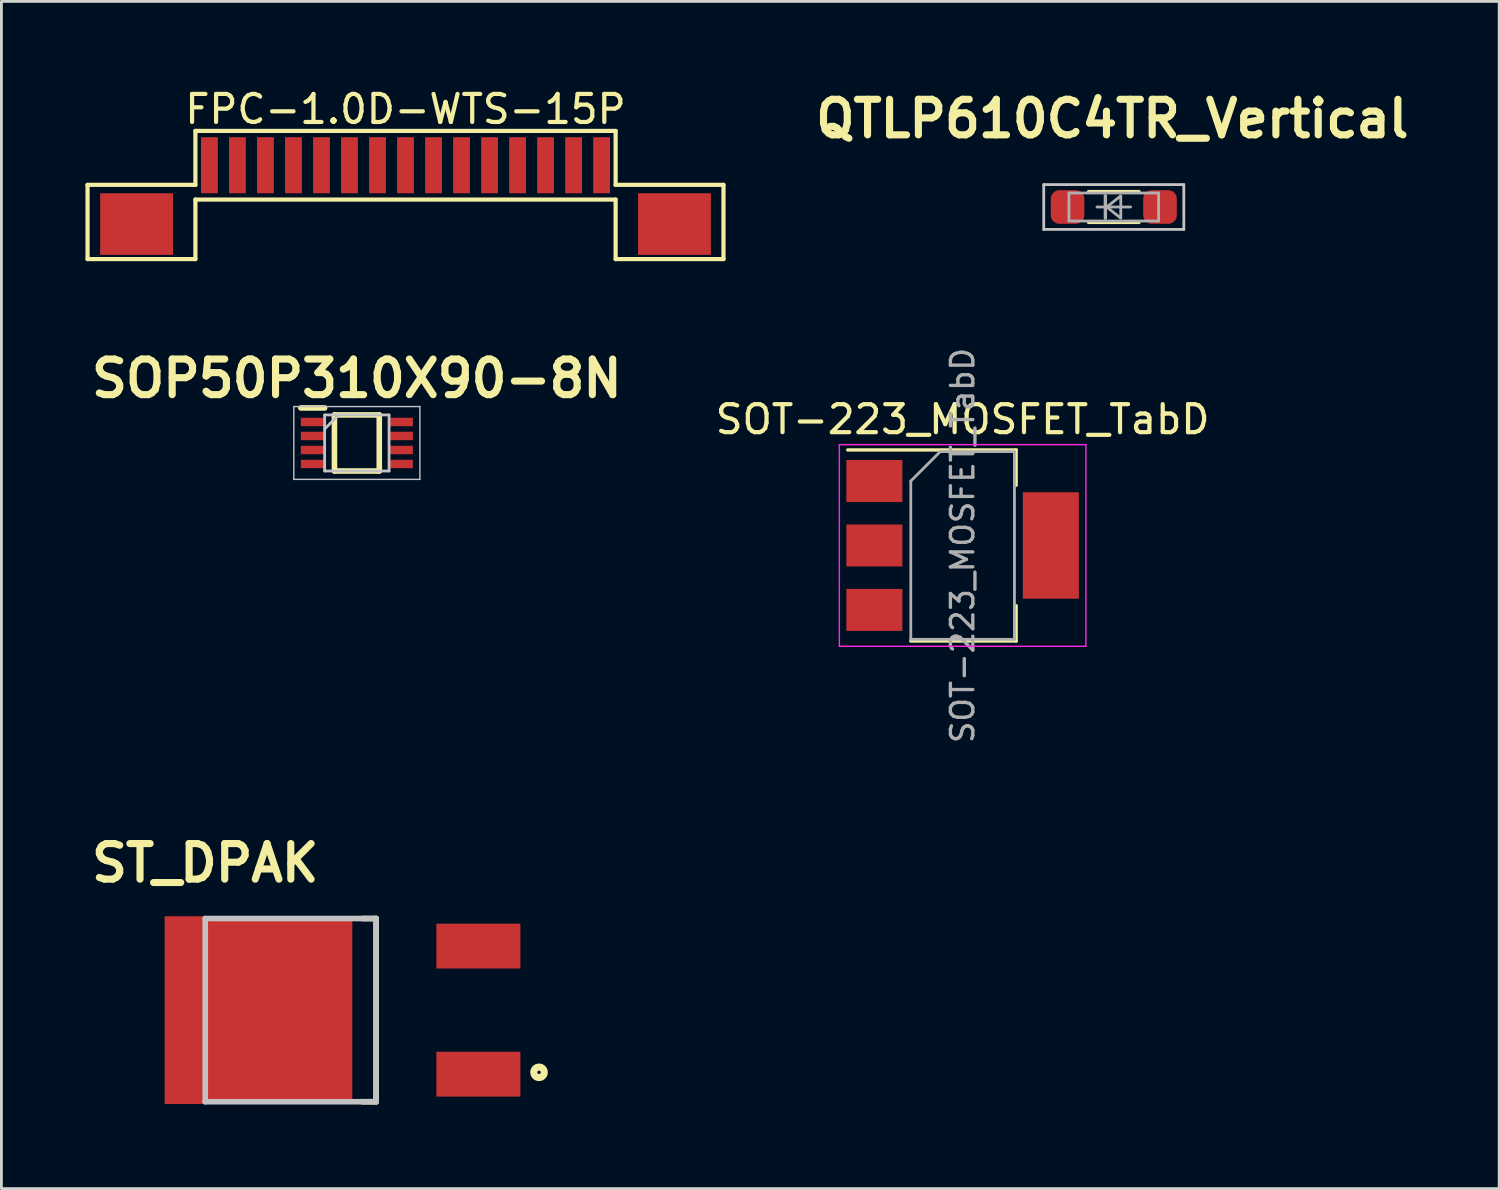
<source format=kicad_pcb>
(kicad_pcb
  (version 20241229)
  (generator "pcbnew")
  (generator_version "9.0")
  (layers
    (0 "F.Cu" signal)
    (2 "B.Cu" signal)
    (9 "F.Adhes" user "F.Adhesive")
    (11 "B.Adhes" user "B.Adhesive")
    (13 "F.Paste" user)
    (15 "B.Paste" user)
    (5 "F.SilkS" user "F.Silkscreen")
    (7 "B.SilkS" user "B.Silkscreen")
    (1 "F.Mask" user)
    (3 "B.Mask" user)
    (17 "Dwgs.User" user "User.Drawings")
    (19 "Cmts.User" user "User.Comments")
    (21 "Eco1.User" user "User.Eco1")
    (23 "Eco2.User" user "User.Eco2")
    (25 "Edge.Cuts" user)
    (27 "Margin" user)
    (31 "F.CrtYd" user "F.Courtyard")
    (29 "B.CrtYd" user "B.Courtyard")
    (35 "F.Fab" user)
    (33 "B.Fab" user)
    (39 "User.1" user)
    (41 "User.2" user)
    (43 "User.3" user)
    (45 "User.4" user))
  (footprint "FPC-1.0D-WTS-15P"
    (layer "F.Cu")
    (at 11.425 2.848)
    (property "Reference" "FPC-1.0D-WTS-15P" (at 0 -2 0) (layer "F.SilkS") (effects (font (size 1 1) (thickness 0.15))))
    (attr smd)
    (fp_line (start -11.35 0.7) (end -7.5 0.7) (stroke (width 0.15) (type solid)) (layer "F.SilkS"))
    (fp_line (start -11.35 3.35) (end -11.35 0.7) (stroke (width 0.15) (type solid)) (layer "F.SilkS"))
    (fp_line (start -7.5 -1.225) (end 7.5 -1.225) (stroke (width 0.15) (type solid)) (layer "F.SilkS"))
    (fp_line (start -7.5 0.7) (end -7.5 -1.225) (stroke (width 0.15) (type solid)) (layer "F.SilkS"))
    (fp_line (start -7.5 1.225) (end -7.5 3.35) (stroke (width 0.15) (type solid)) (layer "F.SilkS"))
    (fp_line (start -7.5 1.225) (end 7.5 1.225) (stroke (width 0.15) (type solid)) (layer "F.SilkS"))
    (fp_line (start -7.5 3.35) (end -11.35 3.35) (stroke (width 0.15) (type solid)) (layer "F.SilkS"))
    (fp_line (start 7.5 0.7) (end 7.5 -1.225) (stroke (width 0.15) (type solid)) (layer "F.SilkS"))
    (fp_line (start 7.5 1.225) (end 7.5 3.35) (stroke (width 0.15) (type solid)) (layer "F.SilkS"))
    (fp_line (start 7.5 3.35) (end 11.35 3.35) (stroke (width 0.15) (type solid)) (layer "F.SilkS"))
    (fp_line (start 11.35 0.7) (end 7.5 0.7) (stroke (width 0.15) (type solid)) (layer "F.SilkS"))
    (fp_line (start 11.35 3.35) (end 11.35 0.7) (stroke (width 0.15) (type solid)) (layer "F.SilkS"))
    (pad "1" smd rect (at 7 0) (size 0.6 2) (layers "F.Cu" "F.Mask" "F.Paste"))
    (pad "2" smd rect (at 6 0) (size 0.6 2) (layers "F.Cu" "F.Mask" "F.Paste"))
    (pad "3" smd rect (at 5 0) (size 0.6 2) (layers "F.Cu" "F.Mask" "F.Paste"))
    (pad "4" smd rect (at 4 0) (size 0.6 2) (layers "F.Cu" "F.Mask" "F.Paste"))
    (pad "5" smd rect (at 3 0) (size 0.6 2) (layers "F.Cu" "F.Mask" "F.Paste"))
    (pad "6" smd rect (at 2 0) (size 0.6 2) (layers "F.Cu" "F.Mask" "F.Paste"))
    (pad "7" smd rect (at 1 0) (size 0.6 2) (layers "F.Cu" "F.Mask" "F.Paste"))
    (pad "8" smd rect (at 0 0) (size 0.6 2) (layers "F.Cu" "F.Mask" "F.Paste"))
    (pad "9" smd rect (at -1 0) (size 0.6 2) (layers "F.Cu" "F.Mask" "F.Paste"))
    (pad "10" smd rect (at -2 0) (size 0.6 2) (layers "F.Cu" "F.Mask" "F.Paste"))
    (pad "11" smd rect (at -3 0) (size 0.6 2) (layers "F.Cu" "F.Mask" "F.Paste"))
    (pad "12" smd rect (at -4 0) (size 0.6 2) (layers "F.Cu" "F.Mask" "F.Paste"))
    (pad "13" smd rect (at -5 0) (size 0.6 2) (layers "F.Cu" "F.Mask" "F.Paste"))
    (pad "14" smd rect (at -6 0) (size 0.6 2) (layers "F.Cu" "F.Mask" "F.Paste"))
    (pad "15" smd rect (at -7 0) (size 0.6 2) (layers "F.Cu" "F.Mask" "F.Paste"))
    (pad "SH" smd rect (at -9.6 2.1) (size 2.6 2.2) (layers "F.Cu" "F.Mask" "F.Paste"))
    (pad "SH" smd rect (at 9.6 2.1) (size 2.6 2.2) (layers "F.Cu" "F.Mask" "F.Paste")))
  (footprint "QTLP610C4TR_Vertical"
    (layer "F.Cu")
    (at 36.707 4.339)
    (property "Reference" "QTLP610C4TR_Vertical" (at -0.05 -3.15 0) (layer "F.SilkS") (effects (font (size 1.27 1.27) (thickness 0.254))))
    (attr smd)
    (fp_line (start -0.9 -0.55) (end 0.9 -0.55) (stroke (width 0.12) (type solid)) (layer "F.SilkS"))
    (fp_line (start -0.9 0.55) (end 0.9 0.55) (stroke (width 0.12) (type solid)) (layer "F.SilkS"))
    (fp_line (start -2.5 -0.8) (end 2.5 -0.8) (stroke (width 0.1) (type solid)) (layer "Dwgs.User"))
    (fp_line (start -2.5 0.8) (end -2.5 -0.8) (stroke (width 0.1) (type solid)) (layer "Dwgs.User"))
    (fp_line (start 2.5 -0.8) (end 2.5 0.8) (stroke (width 0.1) (type solid)) (layer "Dwgs.User"))
    (fp_line (start 2.5 0.8) (end -2.5 0.8) (stroke (width 0.1) (type solid)) (layer "Dwgs.User"))
    (fp_line (start -1.6 -0.5) (end 1.6 -0.5) (stroke (width 0.1) (type solid)) (layer "F.Fab"))
    (fp_line (start -1.6 0.5) (end -1.6 -0.5) (stroke (width 0.1) (type solid)) (layer "F.Fab"))
    (fp_line (start -0.6 0) (end 0.6 0) (stroke (width 0.1) (type solid)) (layer "F.Fab"))
    (fp_line (start -0.3 -0.4) (end -0.3 0.4) (stroke (width 0.12) (type solid)) (layer "F.Fab"))
    (fp_line (start 1.6 -0.5) (end 1.6 0.5) (stroke (width 0.1) (type solid)) (layer "F.Fab"))
    (fp_line (start 1.6 0.5) (end -1.6 0.5) (stroke (width 0.1) (type solid)) (layer "F.Fab"))
    (fp_poly (pts (xy -0.25 0) (xy 0.25 -0.4) (xy 0.25 0.4)) (stroke (width 0.1) (type solid)) (fill no) (layer "F.Fab"))
    (pad "1" smd roundrect (at -1.65 0 90) (size 1.2 1.2) (layers "F.Cu" "F.Mask" "F.Paste") (roundrect_rratio 0.25))
    (pad "2" smd roundrect (at 1.65 0 90) (size 1.2 1.2) (layers "F.Cu" "F.Mask" "F.Paste") (roundrect_rratio 0.25)))
  (footprint "SOT-223_MOSFET_TabD"
    (layer "F.Cu")
    (at 31.311 16.421)
    (property "Reference" "SOT-223_MOSFET_TabD" (at 0 -4.5 0) (layer "F.SilkS") (effects (font (size 1 1) (thickness 0.15))))
    (attr smd)
    (fp_line (start -4.1 -3.41) (end 1.91 -3.41) (stroke (width 0.12) (type solid)) (layer "F.SilkS"))
    (fp_line (start -1.85 3.41) (end 1.91 3.41) (stroke (width 0.12) (type solid)) (layer "F.SilkS"))
    (fp_line (start 1.91 -3.41) (end 1.91 -2.15) (stroke (width 0.12) (type solid)) (layer "F.SilkS"))
    (fp_line (start 1.91 3.41) (end 1.91 2.15) (stroke (width 0.12) (type solid)) (layer "F.SilkS"))
    (fp_line (start -4.4 -3.6) (end -4.4 3.6) (stroke (width 0.05) (type solid)) (layer "F.CrtYd"))
    (fp_line (start -4.4 3.6) (end 4.4 3.6) (stroke (width 0.05) (type solid)) (layer "F.CrtYd"))
    (fp_line (start 4.4 -3.6) (end -4.4 -3.6) (stroke (width 0.05) (type solid)) (layer "F.CrtYd"))
    (fp_line (start 4.4 3.6) (end 4.4 -3.6) (stroke (width 0.05) (type solid)) (layer "F.CrtYd"))
    (fp_line (start -1.85 -2.3) (end -1.85 3.35) (stroke (width 0.1) (type solid)) (layer "F.Fab"))
    (fp_line (start -1.85 -2.3) (end -0.8 -3.35) (stroke (width 0.1) (type solid)) (layer "F.Fab"))
    (fp_line (start -1.85 3.35) (end 1.85 3.35) (stroke (width 0.1) (type solid)) (layer "F.Fab"))
    (fp_line (start -0.8 -3.35) (end 1.85 -3.35) (stroke (width 0.1) (type solid)) (layer "F.Fab"))
    (fp_line (start 1.85 -3.35) (end 1.85 3.35) (stroke (width 0.1) (type solid)) (layer "F.Fab"))
    (fp_text user "${REFERENCE}" (at 0 0 90) (layer "F.Fab") (effects (font (size 0.8 0.8) (thickness 0.12))))
    (pad "1" smd rect (at -3.15 -2.3) (size 2 1.5) (layers "F.Cu" "F.Mask" "F.Paste"))
    (pad "2" smd rect (at -3.15 2.3) (size 2 1.5) (layers "F.Cu" "F.Mask" "F.Paste"))
    (pad "3" smd rect (at -3.15 0) (size 2 1.5) (layers "F.Cu" "F.Mask" "F.Paste"))
    (pad "3" smd rect (at 3.15 0) (size 2 3.8) (layers "F.Cu" "F.Mask" "F.Paste")))
  (footprint "SOP50P310X90-8N"
    (layer "F.Cu")
    (at 9.688 12.762)
    (property "Reference" "SOP50P310X90-8N" (at 0 -2.3 0) (layer "F.SilkS") (effects (font (size 1.27 1.27) (thickness 0.254))))
    (attr smd)
    (fp_line (start -2 -1.25) (end -1.15 -1.25) (stroke (width 0.2) (type solid)) (layer "F.SilkS"))
    (fp_line (start -0.8 -1) (end 0.8 -1) (stroke (width 0.2) (type solid)) (layer "F.SilkS"))
    (fp_line (start -0.8 1) (end -0.8 -1) (stroke (width 0.2) (type solid)) (layer "F.SilkS"))
    (fp_line (start 0.8 -1) (end 0.8 1) (stroke (width 0.2) (type solid)) (layer "F.SilkS"))
    (fp_line (start 0.8 1) (end -0.8 1) (stroke (width 0.2) (type solid)) (layer "F.SilkS"))
    (fp_line (start -2.25 -1.3) (end 2.25 -1.3) (stroke (width 0.05) (type solid)) (layer "Dwgs.User"))
    (fp_line (start -2.25 1.3) (end -2.25 -1.3) (stroke (width 0.05) (type solid)) (layer "Dwgs.User"))
    (fp_line (start -1.15 -1) (end 1.15 -1) (stroke (width 0.1) (type solid)) (layer "Dwgs.User"))
    (fp_line (start -1.15 -0.5) (end -0.65 -1) (stroke (width 0.1) (type solid)) (layer "Dwgs.User"))
    (fp_line (start -1.15 1) (end -1.15 -1) (stroke (width 0.1) (type solid)) (layer "Dwgs.User"))
    (fp_line (start 1.15 -1) (end 1.15 1) (stroke (width 0.1) (type solid)) (layer "Dwgs.User"))
    (fp_line (start 1.15 1) (end -1.15 1) (stroke (width 0.1) (type solid)) (layer "Dwgs.User"))
    (fp_line (start 2.25 -1.3) (end 2.25 1.3) (stroke (width 0.05) (type solid)) (layer "Dwgs.User"))
    (fp_line (start 2.25 1.3) (end -2.25 1.3) (stroke (width 0.05) (type solid)) (layer "Dwgs.User"))
    (pad "1" smd rect (at -1.575 -0.75 90) (size 0.3 0.85) (layers "F.Cu" "F.Mask" "F.Paste"))
    (pad "2" smd rect (at -1.575 -0.25 90) (size 0.3 0.85) (layers "F.Cu" "F.Mask" "F.Paste"))
    (pad "3" smd rect (at -1.575 0.25 90) (size 0.3 0.85) (layers "F.Cu" "F.Mask" "F.Paste"))
    (pad "4" smd rect (at -1.575 0.75 90) (size 0.3 0.85) (layers "F.Cu" "F.Mask" "F.Paste"))
    (pad "5" smd rect (at 1.575 0.75 90) (size 0.3 0.85) (layers "F.Cu" "F.Mask" "F.Paste"))
    (pad "6" smd rect (at 1.575 0.25 90) (size 0.3 0.85) (layers "F.Cu" "F.Mask" "F.Paste"))
    (pad "7" smd rect (at 1.575 -0.25 90) (size 0.3 0.85) (layers "F.Cu" "F.Mask" "F.Paste"))
    (pad "8" smd rect (at 1.575 -0.75 90) (size 0.3 0.85) (layers "F.Cu" "F.Mask" "F.Paste")))
  (footprint "ST_DPAK"
    (layer "F.Cu")
    (at 4.276 33.007)
    (property "Reference" "ST_DPAK" (at 0 -5.25 0) (layer "F.SilkS") (effects (font (size 1.27 1.27) (thickness 0.254))))
    (attr smd)
    (fp_line (start 6.1 -3.27) (end 5.61 -3.27) (stroke (width 0.2) (type solid)) (layer "F.SilkS"))
    (fp_line (start 6.1 -3.27) (end 6.1 3.27) (stroke (width 0.2) (type solid)) (layer "F.SilkS"))
    (fp_line (start 6.1 3.27) (end 5.61 3.27) (stroke (width 0.2) (type solid)) (layer "F.SilkS"))
    (fp_circle (center 11.915 2.22) (end 11.855 2.22) (stroke (width 0.254) (type solid)) (fill no) (layer "F.SilkS"))
    (fp_line (start 0 -3.27) (end 6.1 -3.27) (stroke (width 0.2) (type solid)) (layer "Dwgs.User"))
    (fp_line (start 0 3.27) (end 0 -3.27) (stroke (width 0.2) (type solid)) (layer "Dwgs.User"))
    (fp_line (start 6.1 -3.27) (end 6.1 3.27) (stroke (width 0.2) (type solid)) (layer "Dwgs.User"))
    (fp_line (start 6.1 3.27) (end 0 3.27) (stroke (width 0.2) (type solid)) (layer "Dwgs.User"))
    (pad "1" smd rect (at 1.9 0 90) (size 6.7 6.7) (layers "F.Cu" "F.Mask" "F.Paste"))
    (pad "2" smd rect (at 9.75 -2.286 90) (size 1.6 3) (layers "F.Cu" "F.Mask" "F.Paste"))
    (pad "3" smd rect (at 9.75 2.286 90) (size 1.6 3) (layers "F.Cu" "F.Mask" "F.Paste")))
  (gr_rect
    (start -3 -3)
    (end 50.464 39.377)
    (stroke (width 0.1) (type default))
    (fill no)
    (layer "Edge.Cuts")))
</source>
